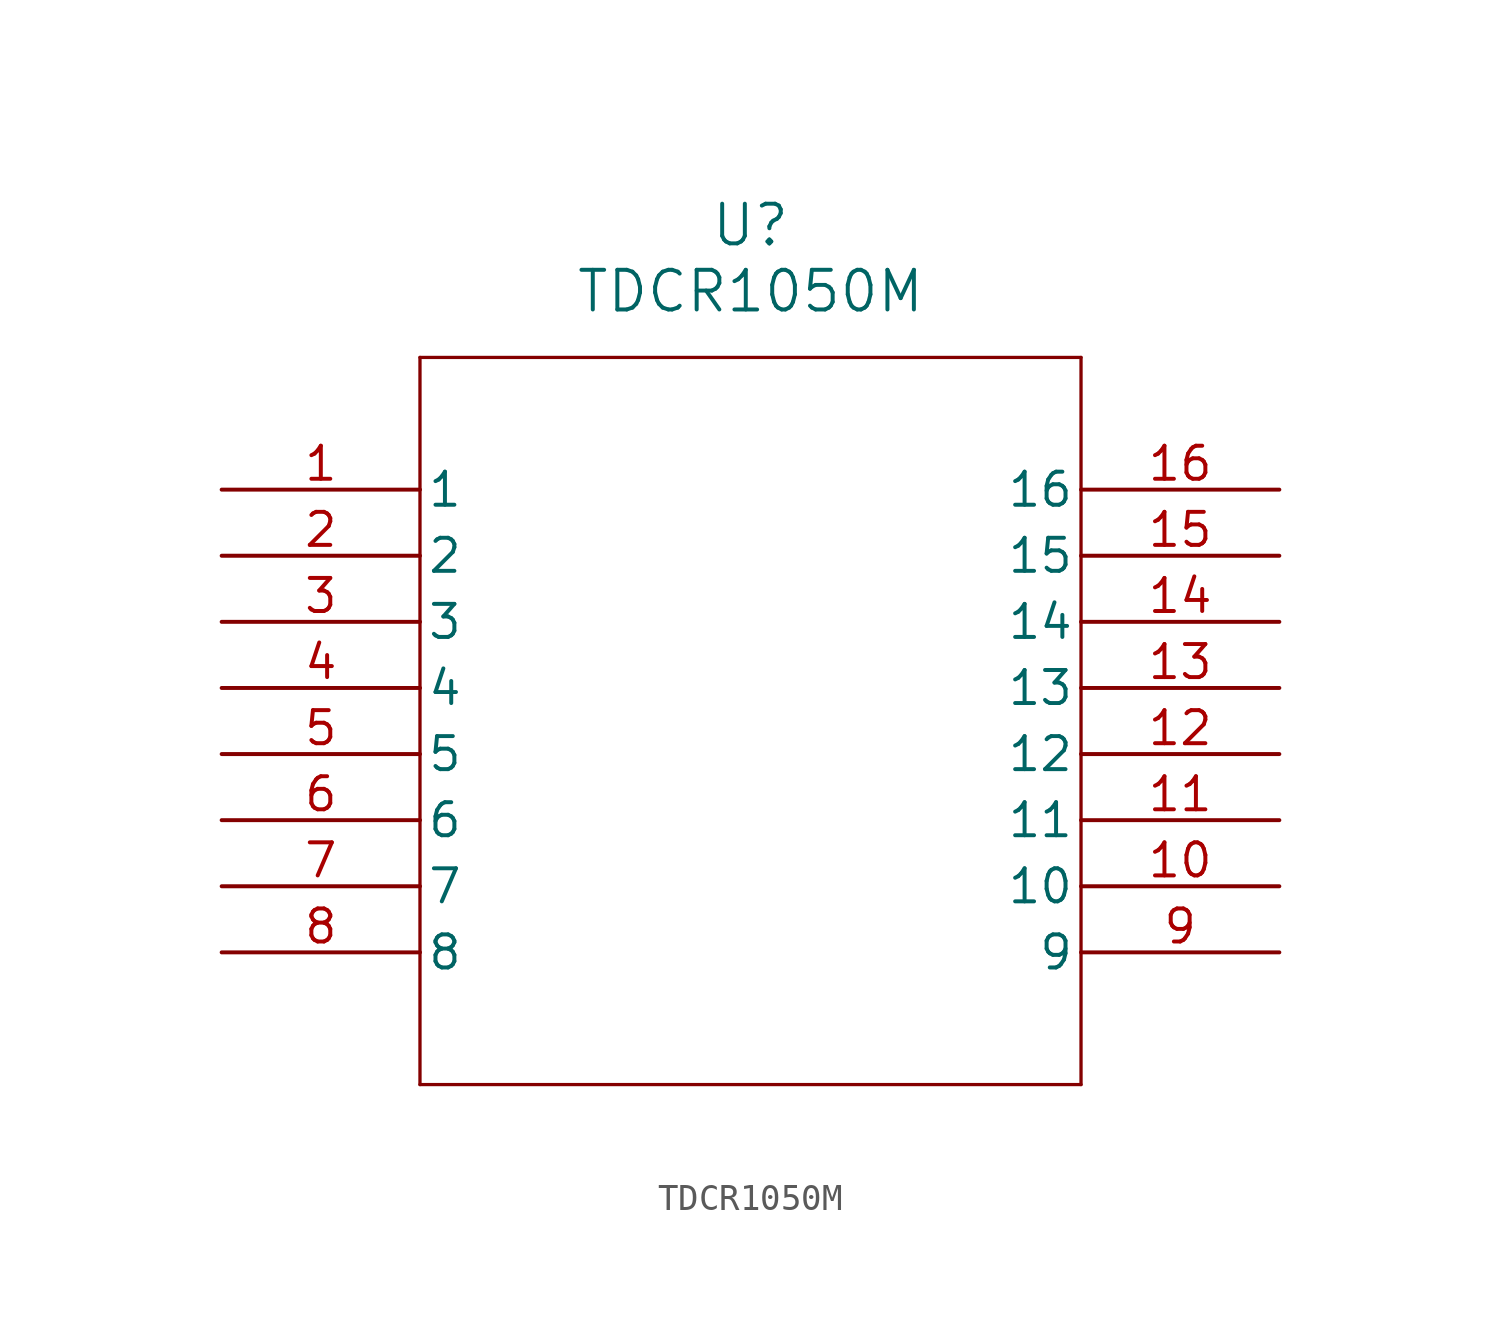
<source format=kicad_sym>
(kicad_symbol_lib
  (version 20211014)
  (generator kicad_symbol_editor)
  (symbol "TDCR1050M"
    (pin_names
      (offset 0.254))
    (property "Reference" "U"
      (at 20.32 10.16 0)
      (effects (font (size 1.524 1.524))))
    (property "Value" "TDCR1050M"
      (at 20.32 7.62 0)
      (effects (font (size 1.524 1.524))))
    (symbol "TDCR1050M_0_1"
      (polyline (pts (xy 7.62 5.08) (xy 7.62 -22.86)) (stroke (width 0.127) (type default) (color 0 0 0 0)) (fill (type none)))
      (polyline (pts (xy 7.62 -22.86) (xy 33.02 -22.86)) (stroke (width 0.127) (type default) (color 0 0 0 0)) (fill (type none)))
      (polyline (pts (xy 33.02 -22.86) (xy 33.02 5.08)) (stroke (width 0.127) (type default) (color 0 0 0 0)) (fill (type none)))
      (polyline (pts (xy 33.02 5.08) (xy 7.62 5.08)) (stroke (width 0.127) (type default) (color 0 0 0 0)) (fill (type none)))
      (pin unspecified line (at 0 0 0) (length 7.62) (name "1" (effects (font (size 1.27 1.27)))) (number "1" (effects (font (size 1.27 1.27)))))
      (pin unspecified line (at 0 -2.54 0) (length 7.62) (name "2" (effects (font (size 1.27 1.27)))) (number "2" (effects (font (size 1.27 1.27)))))
      (pin unspecified line (at 0 -5.08 0) (length 7.62) (name "3" (effects (font (size 1.27 1.27)))) (number "3" (effects (font (size 1.27 1.27)))))
      (pin unspecified line (at 0 -7.62 0) (length 7.62) (name "4" (effects (font (size 1.27 1.27)))) (number "4" (effects (font (size 1.27 1.27)))))
      (pin unspecified line (at 0 -10.16 0) (length 7.62) (name "5" (effects (font (size 1.27 1.27)))) (number "5" (effects (font (size 1.27 1.27)))))
      (pin unspecified line (at 0 -12.7 0) (length 7.62) (name "6" (effects (font (size 1.27 1.27)))) (number "6" (effects (font (size 1.27 1.27)))))
      (pin unspecified line (at 0 -15.24 0) (length 7.62) (name "7" (effects (font (size 1.27 1.27)))) (number "7" (effects (font (size 1.27 1.27)))))
      (pin unspecified line (at 0 -17.78 0) (length 7.62) (name "8" (effects (font (size 1.27 1.27)))) (number "8" (effects (font (size 1.27 1.27)))))
      (pin unspecified line (at 40.64 -17.78 180) (length 7.62) (name "9" (effects (font (size 1.27 1.27)))) (number "9" (effects (font (size 1.27 1.27)))))
      (pin unspecified line (at 40.64 -15.24 180) (length 7.62) (name "10" (effects (font (size 1.27 1.27)))) (number "10" (effects (font (size 1.27 1.27)))))
      (pin unspecified line (at 40.64 -12.7 180) (length 7.62) (name "11" (effects (font (size 1.27 1.27)))) (number "11" (effects (font (size 1.27 1.27)))))
      (pin unspecified line (at 40.64 -10.16 180) (length 7.62) (name "12" (effects (font (size 1.27 1.27)))) (number "12" (effects (font (size 1.27 1.27)))))
      (pin unspecified line (at 40.64 -7.62 180) (length 7.62) (name "13" (effects (font (size 1.27 1.27)))) (number "13" (effects (font (size 1.27 1.27)))))
      (pin unspecified line (at 40.64 -5.08 180) (length 7.62) (name "14" (effects (font (size 1.27 1.27)))) (number "14" (effects (font (size 1.27 1.27)))))
      (pin unspecified line (at 40.64 -2.54 180) (length 7.62) (name "15" (effects (font (size 1.27 1.27)))) (number "15" (effects (font (size 1.27 1.27)))))
      (pin unspecified line (at 40.64 0 180) (length 7.62) (name "16" (effects (font (size 1.27 1.27)))) (number "16" (effects (font (size 1.27 1.27))))))))
</source>
